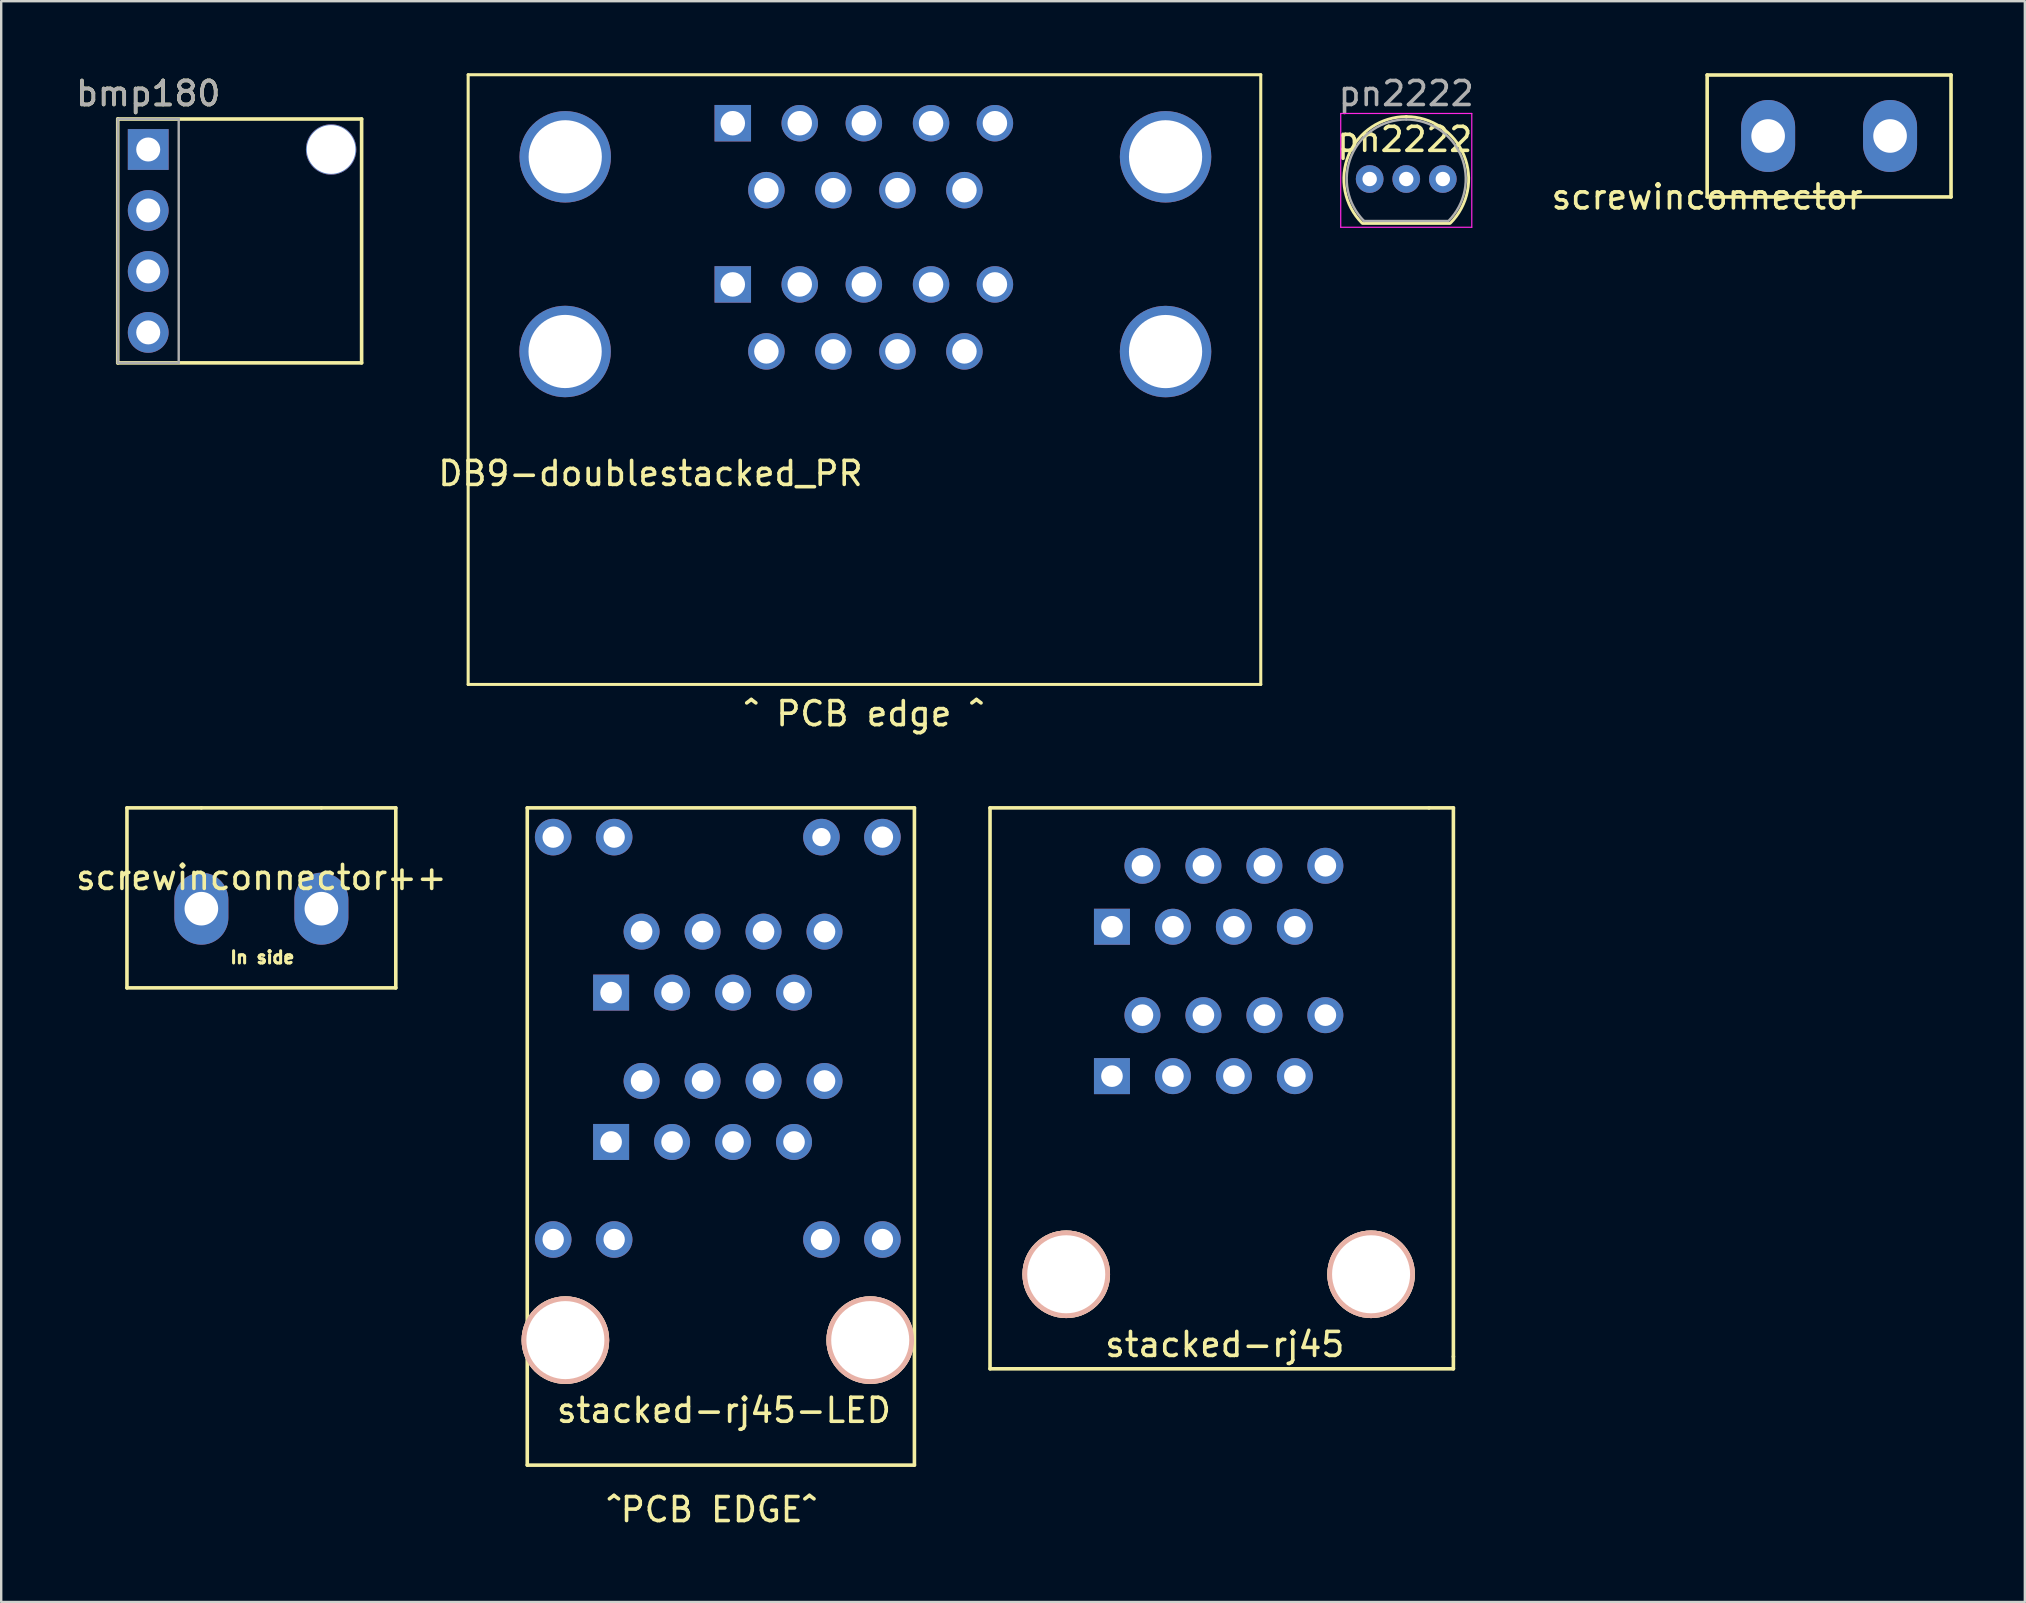
<source format=kicad_pcb>
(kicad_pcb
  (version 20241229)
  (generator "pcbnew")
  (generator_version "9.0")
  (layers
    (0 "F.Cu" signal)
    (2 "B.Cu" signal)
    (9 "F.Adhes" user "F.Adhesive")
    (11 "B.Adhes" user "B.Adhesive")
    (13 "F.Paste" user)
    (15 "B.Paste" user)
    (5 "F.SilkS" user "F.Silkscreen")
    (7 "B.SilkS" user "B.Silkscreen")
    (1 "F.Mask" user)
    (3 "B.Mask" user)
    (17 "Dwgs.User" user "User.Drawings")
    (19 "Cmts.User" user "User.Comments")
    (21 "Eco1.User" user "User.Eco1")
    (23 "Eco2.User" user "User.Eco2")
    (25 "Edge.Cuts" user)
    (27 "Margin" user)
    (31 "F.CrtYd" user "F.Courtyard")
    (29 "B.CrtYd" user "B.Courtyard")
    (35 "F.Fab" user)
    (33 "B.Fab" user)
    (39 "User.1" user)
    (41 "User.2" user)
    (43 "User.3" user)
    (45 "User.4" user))
  (footprint "stacked-rj45"
    (layer "F.Cu")
    (at 43.275 41.782)
    (property "Reference" "stacked-rj45" (at 4.7 11.18 0) (layer "F.SilkS") (effects (font (size 1 1) (thickness 0.15))))
    (attr through_hole)
    (fp_line (start -5.08 -11.176) (end 13.208 -11.176) (stroke (width 0.15) (type solid)) (layer "F.SilkS"))
    (fp_line (start -5.08 12.192) (end -5.08 -11.176) (stroke (width 0.15) (type solid)) (layer "F.SilkS"))
    (fp_line (start 13.208 -11.176) (end 14.224 -11.176) (stroke (width 0.15) (type solid)) (layer "F.SilkS"))
    (fp_line (start 14.224 -11.176) (end 14.224 11.684) (stroke (width 0.15) (type solid)) (layer "F.SilkS"))
    (fp_line (start 14.224 11.684) (end 14.224 12.192) (stroke (width 0.15) (type solid)) (layer "F.SilkS"))
    (fp_line (start 14.224 12.192) (end -5.08 12.192) (stroke (width 0.15) (type solid)) (layer "F.SilkS"))
    (pad "" np_thru_hole circle (at -1.905 8.255) (size 3.65 3.65) (drill 3.25) (layers "*.Cu" "*.SilkS" "*.Mask"))
    (pad "" np_thru_hole circle (at 10.795 8.255) (size 3.65 3.65) (drill 3.25) (layers "*.Cu" "*.SilkS" "*.Mask"))
    (pad "1" thru_hole rect (at 0 -6.223) (size 1.5 1.5) (drill 0.9) (layers "*.Cu" "*.Mask"))
    (pad "1" thru_hole rect (at 0 0) (size 1.5 1.5) (drill 0.9) (layers "*.Cu" "*.Mask"))
    (pad "2" thru_hole circle (at 1.27 -8.763) (size 1.5 1.5) (drill 0.9) (layers "*.Cu" "*.Mask"))
    (pad "2" thru_hole circle (at 1.27 -2.54) (size 1.5 1.5) (drill 0.9) (layers "*.Cu" "*.Mask"))
    (pad "3" thru_hole circle (at 2.54 -6.223) (size 1.5 1.5) (drill 0.9) (layers "*.Cu" "*.Mask"))
    (pad "3" thru_hole circle (at 2.54 0) (size 1.5 1.5) (drill 0.9) (layers "*.Cu" "*.Mask"))
    (pad "4" thru_hole circle (at 3.81 -8.763) (size 1.5 1.5) (drill 0.9) (layers "*.Cu" "*.Mask"))
    (pad "4" thru_hole circle (at 3.81 -2.54) (size 1.5 1.5) (drill 0.9) (layers "*.Cu" "*.Mask"))
    (pad "5" thru_hole circle (at 5.08 -6.223) (size 1.5 1.5) (drill 0.9) (layers "*.Cu" "*.Mask"))
    (pad "5" thru_hole circle (at 5.08 0) (size 1.5 1.5) (drill 0.9) (layers "*.Cu" "*.Mask"))
    (pad "6" thru_hole circle (at 6.35 -8.763) (size 1.5 1.5) (drill 0.9) (layers "*.Cu" "*.Mask"))
    (pad "6" thru_hole circle (at 6.35 -2.54) (size 1.5 1.5) (drill 0.9) (layers "*.Cu" "*.Mask"))
    (pad "7" thru_hole circle (at 7.62 -6.223) (size 1.5 1.5) (drill 0.9) (layers "*.Cu" "*.Mask"))
    (pad "7" thru_hole circle (at 7.62 0) (size 1.5 1.5) (drill 0.9) (layers "*.Cu" "*.Mask"))
    (pad "8" thru_hole circle (at 8.89 -8.763) (size 1.5 1.5) (drill 0.9) (layers "*.Cu" "*.Mask"))
    (pad "8" thru_hole circle (at 8.89 -2.54) (size 1.5 1.5) (drill 0.9) (layers "*.Cu" "*.Mask")))
  (footprint "pn2222"
    (layer "F.Cu")
    (at 54.265 4.408)
    (property "Reference" "pn2222" (at 1.206 -1.651 0) (layer "F.SilkS") (effects (font (size 1 1) (thickness 0.15))))
    (attr through_hole)
    (fp_line (start -0.53 1.85) (end 3.07 1.85) (stroke (width 0.12) (type solid)) (layer "F.SilkS"))
    (fp_arc (start -0.568478 1.838478) (mid -1.132087 -0.994977) (end 1.27 -2.6) (stroke (width 0.12) (type solid)) (layer "F.SilkS"))
    (fp_arc (start 1.27 -2.6) (mid 3.672087 -0.994977) (end 3.108478 1.838478) (stroke (width 0.12) (type solid)) (layer "F.SilkS"))
    (fp_line (start -1.46 -2.73) (end -1.46 2.01) (stroke (width 0.05) (type solid)) (layer "F.CrtYd"))
    (fp_line (start -1.46 -2.73) (end 4 -2.73) (stroke (width 0.05) (type solid)) (layer "F.CrtYd"))
    (fp_line (start 4 2.01) (end -1.46 2.01) (stroke (width 0.05) (type solid)) (layer "F.CrtYd"))
    (fp_line (start 4 2.01) (end 4 -2.73) (stroke (width 0.05) (type solid)) (layer "F.CrtYd"))
    (fp_line (start -0.5 1.75) (end 3 1.75) (stroke (width 0.1) (type solid)) (layer "F.Fab"))
    (fp_arc (start -0.483625 1.753625) (mid -1.021221 -0.949055) (end 1.27 -2.48) (stroke (width 0.1) (type solid)) (layer "F.Fab"))
    (fp_arc (start 1.27 -2.48) (mid 3.561221 -0.949055) (end 3.023625 1.753625) (stroke (width 0.1) (type solid)) (layer "F.Fab"))
    (fp_text user "${REFERENCE}" (at 1.27 -3.56 0) (layer "F.Fab") (effects (font (size 1 1) (thickness 0.15))))
    (pad "1" thru_hole circle (at -0.254 0 180) (size 1.154 1.154) (drill 0.6) (layers "*.Cu" "*.Mask"))
    (pad "2" thru_hole circle (at 1.27 0 180) (size 1.154 1.154) (drill 0.6) (layers "*.Cu" "*.Mask"))
    (pad "3" thru_hole circle (at 2.794 0 180) (size 1.154 1.154) (drill 0.6) (layers "*.Cu" "*.Mask")))
  (footprint "screwinconnector"
    (layer "F.Cu")
    (at 70.611 2.615)
    (property "Reference" "screwinconnector" (at -2.54 2.54 0) (layer "F.SilkS") (effects (font (size 1 1) (thickness 0.15))))
    (attr through_hole)
    (fp_line (start -2.54 -2.54) (end -2.54 2.54) (stroke (width 0.15) (type solid)) (layer "F.SilkS"))
    (fp_line (start -2.54 2.54) (end 7.62 2.54) (stroke (width 0.15) (type solid)) (layer "F.SilkS"))
    (fp_line (start 7.62 -2.54) (end -2.54 -2.54) (stroke (width 0.15) (type solid)) (layer "F.SilkS"))
    (fp_line (start 7.62 2.54) (end 7.62 -2.54) (stroke (width 0.15) (type solid)) (layer "F.SilkS"))
    (pad "1" thru_hole oval (at 0 0) (size 2.25 3) (drill 1.4) (layers "*.Cu" "*.Mask"))
    (pad "2" thru_hole oval (at 5.08 0) (size 2.25 3) (drill 1.4) (layers "*.Cu" "*.Mask")))
  (footprint "DB9-doublestacked_PR"
    (layer "F.Cu")
    (at 32.964 3.442)
    (property "Reference" "DB9-doublestacked_PR" (at -8.915 13.233 0) (layer "F.SilkS") (effects (font (size 1 1) (thickness 0.15))))
    (attr through_hole)
    (fp_line (start -16.51 -3.378) (end 16.51 -3.378) (stroke (width 0.127) (type solid)) (layer "F.SilkS"))
    (fp_line (start -16.51 22.022) (end -16.51 -3.378) (stroke (width 0.127) (type solid)) (layer "F.SilkS"))
    (fp_line (start -16.51 22.022) (end 16.51 22.022) (stroke (width 0.127) (type solid)) (layer "F.SilkS"))
    (fp_line (start 16.51 22.022) (end 16.51 -3.378) (stroke (width 0.127) (type solid)) (layer "F.SilkS"))
    (fp_text user "^ PCB edge ^" (at -0.025 23.241 0) (layer "F.SilkS") (effects (font (size 1 1) (thickness 0.15))))
    (pad "0" thru_hole circle (at -12.471 8.151) (size 3.81 3.81) (drill 3.05) (layers "*.Cu" "*.Mask"))
    (pad "0" thru_hole circle (at -12.466 0.041) (size 3.81 3.81) (drill 3.05) (layers "*.Cu" "*.Mask"))
    (pad "0" thru_hole circle (at 12.544 0.041) (size 3.81 3.81) (drill 3.05) (layers "*.Cu" "*.Mask"))
    (pad "0" thru_hole circle (at 12.544 8.154) (size 3.81 3.81) (drill 3.05) (layers "*.Cu" "*.Mask"))
    (pad "1" thru_hole rect (at -5.486 -1.359) (size 1.52 1.52) (drill 1.02) (layers "*.Cu" "*.Mask"))
    (pad "2" thru_hole circle (at -2.696 -1.359) (size 1.52 1.52) (drill 1.02) (layers "*.Cu" "*.Mask"))
    (pad "3" thru_hole circle (at -0.026 -1.359) (size 1.52 1.52) (drill 1.02) (layers "*.Cu" "*.Mask"))
    (pad "4" thru_hole circle (at 2.774 -1.359) (size 1.52 1.52) (drill 1.02) (layers "*.Cu" "*.Mask"))
    (pad "5" thru_hole circle (at 5.434 -1.359) (size 1.52 1.52) (drill 1.02) (layers "*.Cu" "*.Mask"))
    (pad "6" thru_hole circle (at -4.086 1.431) (size 1.52 1.52) (drill 1.02) (layers "*.Cu" "*.Mask"))
    (pad "7" thru_hole circle (at -1.296 1.431) (size 1.52 1.52) (drill 1.02) (layers "*.Cu" "*.Mask"))
    (pad "8" thru_hole circle (at 1.374 1.431) (size 1.52 1.52) (drill 1.02) (layers "*.Cu" "*.Mask"))
    (pad "9" thru_hole circle (at 4.164 1.431) (size 1.52 1.52) (drill 1.02) (layers "*.Cu" "*.Mask"))
    (pad "10" thru_hole rect (at -5.486 5.357) (size 1.52 1.52) (drill 1.02) (layers "*.Cu" "*.Mask"))
    (pad "11" thru_hole circle (at -2.696 5.357) (size 1.52 1.52) (drill 1.02) (layers "*.Cu" "*.Mask"))
    (pad "12" thru_hole circle (at -0.026 5.357) (size 1.52 1.52) (drill 1.02) (layers "*.Cu" "*.Mask"))
    (pad "13" thru_hole circle (at 2.774 5.357) (size 1.52 1.52) (drill 1.02) (layers "*.Cu" "*.Mask"))
    (pad "14" thru_hole circle (at 5.434 5.357) (size 1.52 1.52) (drill 1.02) (layers "*.Cu" "*.Mask"))
    (pad "15" thru_hole circle (at -4.086 8.147) (size 1.52 1.52) (drill 1.02) (layers "*.Cu" "*.Mask"))
    (pad "16" thru_hole circle (at -1.296 8.147) (size 1.52 1.52) (drill 1.02) (layers "*.Cu" "*.Mask"))
    (pad "17" thru_hole circle (at 1.374 8.147) (size 1.52 1.52) (drill 1.02) (layers "*.Cu" "*.Mask"))
    (pad "18" thru_hole circle (at 4.164 8.147) (size 1.52 1.52) (drill 1.02) (layers "*.Cu" "*.Mask")))
  (footprint "bmp180"
    (layer "F.Cu")
    (at 3.125 3.178)
    (property "Reference" "bmp180" (at 0 -2.33 0) (layer "F.SilkS") (effects (font (size 1 1) (thickness 0.15))))
    (attr through_hole)
    (fp_line (start -1.27 -1.27) (end -1.27 8.89) (stroke (width 0.15) (type solid)) (layer "F.SilkS"))
    (fp_line (start -1.27 -1.27) (end 8.89 -1.27) (stroke (width 0.15) (type solid)) (layer "F.SilkS"))
    (fp_line (start -1.27 8.89) (end 8.89 8.89) (stroke (width 0.15) (type solid)) (layer "F.SilkS"))
    (fp_line (start 8.89 -1.27) (end 8.89 8.89) (stroke (width 0.15) (type solid)) (layer "F.SilkS"))
    (fp_line (start -1.27 -1.27) (end -1.27 8.89) (stroke (width 0.1) (type solid)) (layer "F.Fab"))
    (fp_line (start -1.27 8.89) (end 1.27 8.89) (stroke (width 0.1) (type solid)) (layer "F.Fab"))
    (fp_line (start 1.27 -1.27) (end -1.27 -1.27) (stroke (width 0.1) (type solid)) (layer "F.Fab"))
    (fp_line (start 1.27 8.89) (end 1.27 -1.27) (stroke (width 0.1) (type solid)) (layer "F.Fab"))
    (fp_text user "${REFERENCE}" (at 0 -2.33 0) (layer "F.Fab") (effects (font (size 1 1) (thickness 0.15))))
    (pad "" np_thru_hole circle (at 7.62 0) (size 2.1 2.1) (drill 2.032) (layers "*.Cu"))
    (pad "1" thru_hole rect (at 0 0) (size 1.7 1.7) (drill 1) (layers "*.Cu" "*.Mask"))
    (pad "2" thru_hole oval (at 0 2.54) (size 1.7 1.7) (drill 1) (layers "*.Cu" "*.Mask"))
    (pad "3" thru_hole oval (at 0 5.08) (size 1.7 1.7) (drill 1) (layers "*.Cu" "*.Mask"))
    (pad "4" thru_hole oval (at 0 7.62) (size 1.7 1.7) (drill 1) (layers "*.Cu" "*.Mask")))
  (footprint "stacked-rj45-LED"
    (layer "F.Cu")
    (at 22.409 44.525)
    (property "Reference" "stacked-rj45-LED" (at 4.7 11.18 0) (layer "F.SilkS") (effects (font (size 1 1) (thickness 0.15))))
    (attr through_hole)
    (fp_line (start -3.493 -13.919) (end 12.636 -13.919) (stroke (width 0.15) (type solid)) (layer "F.SilkS"))
    (fp_line (start -3.493 13.462) (end -3.493 -13.919) (stroke (width 0.15) (type solid)) (layer "F.SilkS"))
    (fp_line (start 12.636 -13.919) (end 12.636 13.462) (stroke (width 0.15) (type solid)) (layer "F.SilkS"))
    (fp_line (start 12.636 13.462) (end -3.493 13.462) (stroke (width 0.15) (type solid)) (layer "F.SilkS"))
    (fp_text user "^PCB EDGE^" (at 4.191 15.316 0) (layer "F.SilkS") (effects (font (size 1 1) (thickness 0.15))))
    (pad "" np_thru_hole circle (at -1.905 8.255) (size 3.65 3.65) (drill 3.25) (layers "*.Cu" "*.SilkS" "*.Mask"))
    (pad "" np_thru_hole circle (at 10.795 8.255) (size 3.65 3.65) (drill 3.25) (layers "*.Cu" "*.SilkS" "*.Mask"))
    (pad "1" thru_hole circle (at 1.27 -8.763) (size 1.5 1.5) (drill 0.9) (layers "*.Cu" "*.Mask"))
    (pad "2" thru_hole circle (at 3.81 -8.763) (size 1.5 1.5) (drill 0.9) (layers "*.Cu" "*.Mask"))
    (pad "3" thru_hole circle (at 6.35 -8.763) (size 1.5 1.5) (drill 0.9) (layers "*.Cu" "*.Mask"))
    (pad "4" thru_hole circle (at 8.89 -8.763) (size 1.5 1.5) (drill 0.9) (layers "*.Cu" "*.Mask"))
    (pad "5" thru_hole rect (at 0 -6.223) (size 1.5 1.5) (drill 0.9) (layers "*.Cu" "*.Mask"))
    (pad "6" thru_hole circle (at 2.54 -6.223) (size 1.5 1.5) (drill 0.9) (layers "*.Cu" "*.Mask"))
    (pad "7" thru_hole circle (at 5.08 -6.223) (size 1.5 1.5) (drill 0.9) (layers "*.Cu" "*.Mask"))
    (pad "8" thru_hole circle (at 7.62 -6.223) (size 1.5 1.5) (drill 0.9) (layers "*.Cu" "*.Mask"))
    (pad "9" thru_hole circle (at 1.27 -2.54) (size 1.5 1.5) (drill 0.9) (layers "*.Cu" "*.Mask"))
    (pad "10" thru_hole circle (at 3.81 -2.54) (size 1.5 1.5) (drill 0.9) (layers "*.Cu" "*.Mask"))
    (pad "11" thru_hole circle (at 6.35 -2.54) (size 1.5 1.5) (drill 0.9) (layers "*.Cu" "*.Mask"))
    (pad "12" thru_hole circle (at 8.89 -2.54) (size 1.5 1.5) (drill 0.9) (layers "*.Cu" "*.Mask"))
    (pad "13" thru_hole rect (at 0 0) (size 1.5 1.5) (drill 0.9) (layers "*.Cu" "*.Mask"))
    (pad "14" thru_hole circle (at 2.54 0) (size 1.5 1.5) (drill 0.9) (layers "*.Cu" "*.Mask"))
    (pad "15" thru_hole circle (at 5.08 0) (size 1.5 1.5) (drill 0.9) (layers "*.Cu" "*.Mask"))
    (pad "16" thru_hole circle (at 7.62 0) (size 1.5 1.5) (drill 0.9) (layers "*.Cu" "*.Mask"))
    (pad "17" thru_hole circle (at -2.413 -12.7) (size 1.524 1.524) (drill 0.889) (layers "*.Cu" "*.Mask"))
    (pad "18" thru_hole circle (at 0.127 -12.7) (size 1.524 1.524) (drill 0.889) (layers "*.Cu" "*.Mask"))
    (pad "19" thru_hole circle (at 8.763 -12.7) (size 1.524 1.524) (drill 0.762) (layers "*.Cu" "*.Mask"))
    (pad "20" thru_hole circle (at 11.303 -12.7) (size 1.524 1.524) (drill 0.889) (layers "*.Cu" "*.Mask"))
    (pad "21" thru_hole circle (at -2.413 4.064) (size 1.524 1.524) (drill 0.889) (layers "*.Cu" "*.Mask"))
    (pad "22" thru_hole circle (at 0.127 4.064) (size 1.524 1.524) (drill 0.889) (layers "*.Cu" "*.Mask"))
    (pad "23" thru_hole circle (at 8.763 4.064) (size 1.524 1.524) (drill 0.889) (layers "*.Cu" "*.Mask"))
    (pad "24" thru_hole circle (at 11.303 4.064) (size 1.524 1.524) (drill 0.889) (layers "*.Cu" "*.Mask")))
  (footprint "screwinconnector++"
    (layer "F.Cu")
    (at 5.339 34.806)
    (property "Reference" "screwinconnector++" (at 2.5 -1.3 0) (layer "F.SilkS") (effects (font (size 1 1) (thickness 0.15))))
    (attr through_hole)
    (fp_line (start -3.1 -4.2) (end -3.1 3.3) (stroke (width 0.15) (type solid)) (layer "F.SilkS"))
    (fp_line (start 0 -4.2) (end -3.1 -4.2) (stroke (width 0.15) (type solid)) (layer "F.SilkS"))
    (fp_line (start 0 -4.2) (end 5 -4.2) (stroke (width 0.15) (type solid)) (layer "F.SilkS"))
    (fp_line (start 5 -4.2) (end 8.1 -4.2) (stroke (width 0.15) (type solid)) (layer "F.SilkS"))
    (fp_line (start 8.1 -4.2) (end 8.1 3.3) (stroke (width 0.15) (type solid)) (layer "F.SilkS"))
    (fp_line (start 8.1 3.3) (end -3.1 3.3) (stroke (width 0.15) (type solid)) (layer "F.SilkS"))
    (fp_text user "In side" (at 2.54 2.032 0) (layer "F.SilkS") (effects (font (size 0.508 0.508) (thickness 0.127))))
    (pad "1" thru_hole oval (at 0 0) (size 2.25 3) (drill 1.4) (layers "*.Cu" "*.Mask"))
    (pad "2" thru_hole oval (at 5 0) (size 2.25 3) (drill 1.4) (layers "*.Cu" "*.Mask")))
  (gr_rect
    (start -3 -3)
    (end 81.306 63.69)
    (stroke (width 0.1) (type default))
    (fill no)
    (layer "Edge.Cuts")))
</source>
